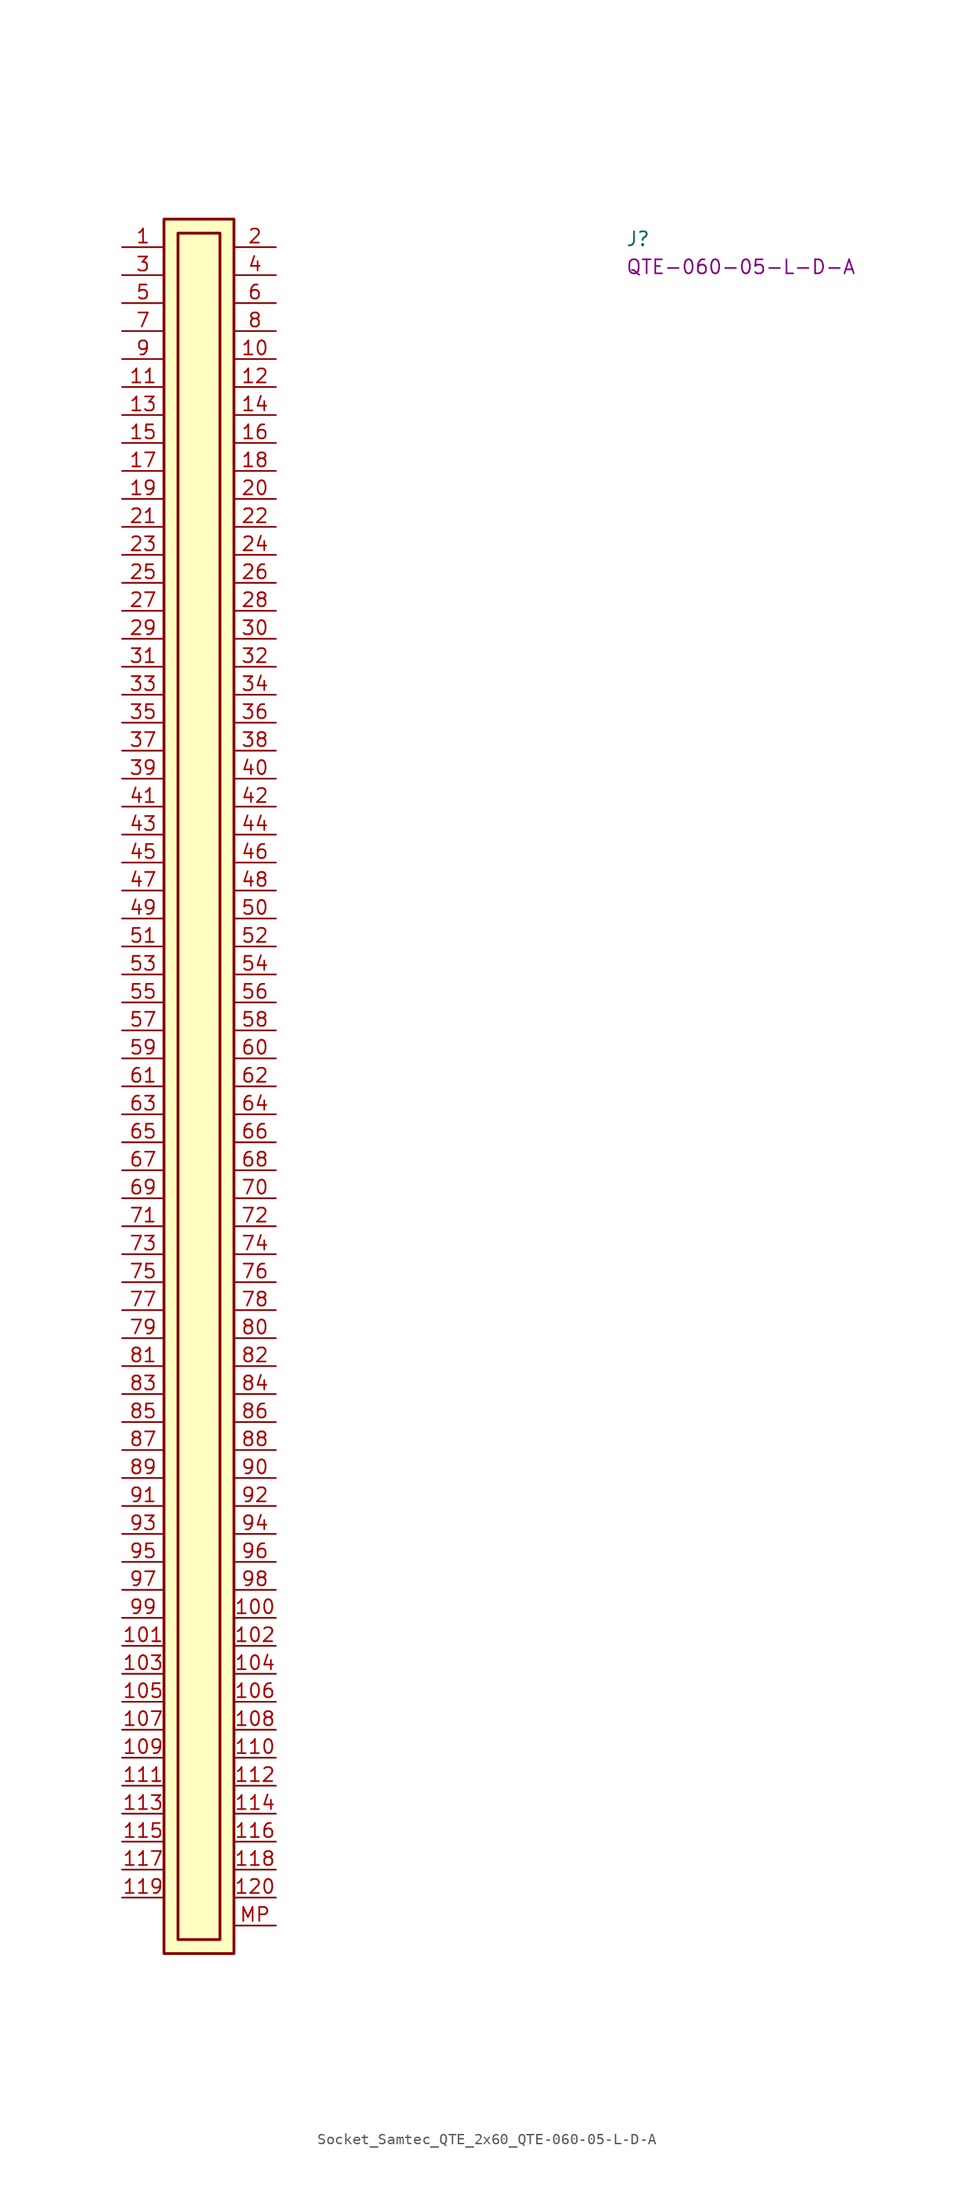
<source format=kicad_sym>
(kicad_symbol_lib
  (version 20220914)
  (generator kicad_symbol_editor)
  (symbol "Socket_Samtec_QTE_2x60_QTE-060-05-L-D-A"
    (pin_names hide)
    (property "Reference" "J"
      (at 45.72 0 0)
      (effects (font (size 1.27 1.27) (thickness 0.15)) (justify left bottom)))
    (property "MPN" "QTE-060-05-L-D-A"
      (at 45.72 -2.54 0)
      (effects (font (size 1.27 1.27) (thickness 0.15)) (justify left bottom)))
    (symbol "Socket_Samtec_QTE_2x60_QTE-060-05-L-D-A_1_1"
      (rectangle (start 3.81 2.54) (end 10.16 -154.94) (stroke (width 0.254) (type default)) (fill (type background)))
      (rectangle (start 5.08 1.27) (end 8.89 -153.67) (stroke (width 0.254) (type default)) (fill (type background)))
      (pin passive line (at 0 0 0) (length 3.81) (name "~" (effects (font (size 1.27 1.27)))) (number "1" (effects (font (size 1.27 1.27)))))
      (pin passive line (at 13.97 -10.16 180) (length 3.81) (name "~" (effects (font (size 1.27 1.27)))) (number "10" (effects (font (size 1.27 1.27)))))
      (pin passive line (at 13.97 -124.46 180) (length 3.81) (name "~" (effects (font (size 1.27 1.27)))) (number "100" (effects (font (size 1.27 1.27)))))
      (pin passive line (at 0 -127 0) (length 3.81) (name "~" (effects (font (size 1.27 1.27)))) (number "101" (effects (font (size 1.27 1.27)))))
      (pin passive line (at 13.97 -127 180) (length 3.81) (name "~" (effects (font (size 1.27 1.27)))) (number "102" (effects (font (size 1.27 1.27)))))
      (pin passive line (at 0 -129.54 0) (length 3.81) (name "~" (effects (font (size 1.27 1.27)))) (number "103" (effects (font (size 1.27 1.27)))))
      (pin passive line (at 13.97 -129.54 180) (length 3.81) (name "~" (effects (font (size 1.27 1.27)))) (number "104" (effects (font (size 1.27 1.27)))))
      (pin passive line (at 0 -132.08 0) (length 3.81) (name "~" (effects (font (size 1.27 1.27)))) (number "105" (effects (font (size 1.27 1.27)))))
      (pin passive line (at 13.97 -132.08 180) (length 3.81) (name "~" (effects (font (size 1.27 1.27)))) (number "106" (effects (font (size 1.27 1.27)))))
      (pin passive line (at 0 -134.62 0) (length 3.81) (name "~" (effects (font (size 1.27 1.27)))) (number "107" (effects (font (size 1.27 1.27)))))
      (pin passive line (at 13.97 -134.62 180) (length 3.81) (name "~" (effects (font (size 1.27 1.27)))) (number "108" (effects (font (size 1.27 1.27)))))
      (pin passive line (at 0 -137.16 0) (length 3.81) (name "~" (effects (font (size 1.27 1.27)))) (number "109" (effects (font (size 1.27 1.27)))))
      (pin passive line (at 0 -12.7 0) (length 3.81) (name "~" (effects (font (size 1.27 1.27)))) (number "11" (effects (font (size 1.27 1.27)))))
      (pin passive line (at 13.97 -137.16 180) (length 3.81) (name "~" (effects (font (size 1.27 1.27)))) (number "110" (effects (font (size 1.27 1.27)))))
      (pin passive line (at 0 -139.7 0) (length 3.81) (name "~" (effects (font (size 1.27 1.27)))) (number "111" (effects (font (size 1.27 1.27)))))
      (pin passive line (at 13.97 -139.7 180) (length 3.81) (name "~" (effects (font (size 1.27 1.27)))) (number "112" (effects (font (size 1.27 1.27)))))
      (pin passive line (at 0 -142.24 0) (length 3.81) (name "~" (effects (font (size 1.27 1.27)))) (number "113" (effects (font (size 1.27 1.27)))))
      (pin passive line (at 13.97 -142.24 180) (length 3.81) (name "~" (effects (font (size 1.27 1.27)))) (number "114" (effects (font (size 1.27 1.27)))))
      (pin passive line (at 0 -144.78 0) (length 3.81) (name "~" (effects (font (size 1.27 1.27)))) (number "115" (effects (font (size 1.27 1.27)))))
      (pin passive line (at 13.97 -144.78 180) (length 3.81) (name "~" (effects (font (size 1.27 1.27)))) (number "116" (effects (font (size 1.27 1.27)))))
      (pin passive line (at 0 -147.32 0) (length 3.81) (name "~" (effects (font (size 1.27 1.27)))) (number "117" (effects (font (size 1.27 1.27)))))
      (pin passive line (at 13.97 -147.32 180) (length 3.81) (name "~" (effects (font (size 1.27 1.27)))) (number "118" (effects (font (size 1.27 1.27)))))
      (pin passive line (at 0 -149.86 0) (length 3.81) (name "~" (effects (font (size 1.27 1.27)))) (number "119" (effects (font (size 1.27 1.27)))))
      (pin passive line (at 13.97 -12.7 180) (length 3.81) (name "~" (effects (font (size 1.27 1.27)))) (number "12" (effects (font (size 1.27 1.27)))))
      (pin passive line (at 13.97 -149.86 180) (length 3.81) (name "~" (effects (font (size 1.27 1.27)))) (number "120" (effects (font (size 1.27 1.27)))))
      (pin passive line (at 0 -15.24 0) (length 3.81) (name "~" (effects (font (size 1.27 1.27)))) (number "13" (effects (font (size 1.27 1.27)))))
      (pin passive line (at 13.97 -15.24 180) (length 3.81) (name "~" (effects (font (size 1.27 1.27)))) (number "14" (effects (font (size 1.27 1.27)))))
      (pin passive line (at 0 -17.78 0) (length 3.81) (name "~" (effects (font (size 1.27 1.27)))) (number "15" (effects (font (size 1.27 1.27)))))
      (pin passive line (at 13.97 -17.78 180) (length 3.81) (name "~" (effects (font (size 1.27 1.27)))) (number "16" (effects (font (size 1.27 1.27)))))
      (pin passive line (at 0 -20.32 0) (length 3.81) (name "~" (effects (font (size 1.27 1.27)))) (number "17" (effects (font (size 1.27 1.27)))))
      (pin passive line (at 13.97 -20.32 180) (length 3.81) (name "~" (effects (font (size 1.27 1.27)))) (number "18" (effects (font (size 1.27 1.27)))))
      (pin passive line (at 0 -22.86 0) (length 3.81) (name "~" (effects (font (size 1.27 1.27)))) (number "19" (effects (font (size 1.27 1.27)))))
      (pin passive line (at 13.97 0 180) (length 3.81) (name "~" (effects (font (size 1.27 1.27)))) (number "2" (effects (font (size 1.27 1.27)))))
      (pin passive line (at 13.97 -22.86 180) (length 3.81) (name "~" (effects (font (size 1.27 1.27)))) (number "20" (effects (font (size 1.27 1.27)))))
      (pin passive line (at 0 -25.4 0) (length 3.81) (name "~" (effects (font (size 1.27 1.27)))) (number "21" (effects (font (size 1.27 1.27)))))
      (pin passive line (at 13.97 -25.4 180) (length 3.81) (name "~" (effects (font (size 1.27 1.27)))) (number "22" (effects (font (size 1.27 1.27)))))
      (pin passive line (at 0 -27.94 0) (length 3.81) (name "~" (effects (font (size 1.27 1.27)))) (number "23" (effects (font (size 1.27 1.27)))))
      (pin passive line (at 13.97 -27.94 180) (length 3.81) (name "~" (effects (font (size 1.27 1.27)))) (number "24" (effects (font (size 1.27 1.27)))))
      (pin passive line (at 0 -30.48 0) (length 3.81) (name "~" (effects (font (size 1.27 1.27)))) (number "25" (effects (font (size 1.27 1.27)))))
      (pin passive line (at 13.97 -30.48 180) (length 3.81) (name "~" (effects (font (size 1.27 1.27)))) (number "26" (effects (font (size 1.27 1.27)))))
      (pin passive line (at 0 -33.02 0) (length 3.81) (name "~" (effects (font (size 1.27 1.27)))) (number "27" (effects (font (size 1.27 1.27)))))
      (pin passive line (at 13.97 -33.02 180) (length 3.81) (name "~" (effects (font (size 1.27 1.27)))) (number "28" (effects (font (size 1.27 1.27)))))
      (pin passive line (at 0 -35.56 0) (length 3.81) (name "~" (effects (font (size 1.27 1.27)))) (number "29" (effects (font (size 1.27 1.27)))))
      (pin passive line (at 0 -2.54 0) (length 3.81) (name "~" (effects (font (size 1.27 1.27)))) (number "3" (effects (font (size 1.27 1.27)))))
      (pin passive line (at 13.97 -35.56 180) (length 3.81) (name "~" (effects (font (size 1.27 1.27)))) (number "30" (effects (font (size 1.27 1.27)))))
      (pin passive line (at 0 -38.1 0) (length 3.81) (name "~" (effects (font (size 1.27 1.27)))) (number "31" (effects (font (size 1.27 1.27)))))
      (pin passive line (at 13.97 -38.1 180) (length 3.81) (name "~" (effects (font (size 1.27 1.27)))) (number "32" (effects (font (size 1.27 1.27)))))
      (pin passive line (at 0 -40.64 0) (length 3.81) (name "~" (effects (font (size 1.27 1.27)))) (number "33" (effects (font (size 1.27 1.27)))))
      (pin passive line (at 13.97 -40.64 180) (length 3.81) (name "~" (effects (font (size 1.27 1.27)))) (number "34" (effects (font (size 1.27 1.27)))))
      (pin passive line (at 0 -43.18 0) (length 3.81) (name "~" (effects (font (size 1.27 1.27)))) (number "35" (effects (font (size 1.27 1.27)))))
      (pin passive line (at 13.97 -43.18 180) (length 3.81) (name "~" (effects (font (size 1.27 1.27)))) (number "36" (effects (font (size 1.27 1.27)))))
      (pin passive line (at 0 -45.72 0) (length 3.81) (name "~" (effects (font (size 1.27 1.27)))) (number "37" (effects (font (size 1.27 1.27)))))
      (pin passive line (at 13.97 -45.72 180) (length 3.81) (name "~" (effects (font (size 1.27 1.27)))) (number "38" (effects (font (size 1.27 1.27)))))
      (pin passive line (at 0 -48.26 0) (length 3.81) (name "~" (effects (font (size 1.27 1.27)))) (number "39" (effects (font (size 1.27 1.27)))))
      (pin passive line (at 13.97 -2.54 180) (length 3.81) (name "~" (effects (font (size 1.27 1.27)))) (number "4" (effects (font (size 1.27 1.27)))))
      (pin passive line (at 13.97 -48.26 180) (length 3.81) (name "~" (effects (font (size 1.27 1.27)))) (number "40" (effects (font (size 1.27 1.27)))))
      (pin passive line (at 0 -50.8 0) (length 3.81) (name "~" (effects (font (size 1.27 1.27)))) (number "41" (effects (font (size 1.27 1.27)))))
      (pin passive line (at 13.97 -50.8 180) (length 3.81) (name "~" (effects (font (size 1.27 1.27)))) (number "42" (effects (font (size 1.27 1.27)))))
      (pin passive line (at 0 -53.34 0) (length 3.81) (name "~" (effects (font (size 1.27 1.27)))) (number "43" (effects (font (size 1.27 1.27)))))
      (pin passive line (at 13.97 -53.34 180) (length 3.81) (name "~" (effects (font (size 1.27 1.27)))) (number "44" (effects (font (size 1.27 1.27)))))
      (pin passive line (at 0 -55.88 0) (length 3.81) (name "~" (effects (font (size 1.27 1.27)))) (number "45" (effects (font (size 1.27 1.27)))))
      (pin passive line (at 13.97 -55.88 180) (length 3.81) (name "~" (effects (font (size 1.27 1.27)))) (number "46" (effects (font (size 1.27 1.27)))))
      (pin passive line (at 0 -58.42 0) (length 3.81) (name "~" (effects (font (size 1.27 1.27)))) (number "47" (effects (font (size 1.27 1.27)))))
      (pin passive line (at 13.97 -58.42 180) (length 3.81) (name "~" (effects (font (size 1.27 1.27)))) (number "48" (effects (font (size 1.27 1.27)))))
      (pin passive line (at 0 -60.96 0) (length 3.81) (name "~" (effects (font (size 1.27 1.27)))) (number "49" (effects (font (size 1.27 1.27)))))
      (pin passive line (at 0 -5.08 0) (length 3.81) (name "~" (effects (font (size 1.27 1.27)))) (number "5" (effects (font (size 1.27 1.27)))))
      (pin passive line (at 13.97 -60.96 180) (length 3.81) (name "~" (effects (font (size 1.27 1.27)))) (number "50" (effects (font (size 1.27 1.27)))))
      (pin passive line (at 0 -63.5 0) (length 3.81) (name "~" (effects (font (size 1.27 1.27)))) (number "51" (effects (font (size 1.27 1.27)))))
      (pin passive line (at 13.97 -63.5 180) (length 3.81) (name "~" (effects (font (size 1.27 1.27)))) (number "52" (effects (font (size 1.27 1.27)))))
      (pin passive line (at 0 -66.04 0) (length 3.81) (name "~" (effects (font (size 1.27 1.27)))) (number "53" (effects (font (size 1.27 1.27)))))
      (pin passive line (at 13.97 -66.04 180) (length 3.81) (name "~" (effects (font (size 1.27 1.27)))) (number "54" (effects (font (size 1.27 1.27)))))
      (pin passive line (at 0 -68.58 0) (length 3.81) (name "~" (effects (font (size 1.27 1.27)))) (number "55" (effects (font (size 1.27 1.27)))))
      (pin passive line (at 13.97 -68.58 180) (length 3.81) (name "~" (effects (font (size 1.27 1.27)))) (number "56" (effects (font (size 1.27 1.27)))))
      (pin passive line (at 0 -71.12 0) (length 3.81) (name "~" (effects (font (size 1.27 1.27)))) (number "57" (effects (font (size 1.27 1.27)))))
      (pin passive line (at 13.97 -71.12 180) (length 3.81) (name "~" (effects (font (size 1.27 1.27)))) (number "58" (effects (font (size 1.27 1.27)))))
      (pin passive line (at 0 -73.66 0) (length 3.81) (name "~" (effects (font (size 1.27 1.27)))) (number "59" (effects (font (size 1.27 1.27)))))
      (pin passive line (at 13.97 -5.08 180) (length 3.81) (name "~" (effects (font (size 1.27 1.27)))) (number "6" (effects (font (size 1.27 1.27)))))
      (pin passive line (at 13.97 -73.66 180) (length 3.81) (name "~" (effects (font (size 1.27 1.27)))) (number "60" (effects (font (size 1.27 1.27)))))
      (pin passive line (at 0 -76.2 0) (length 3.81) (name "~" (effects (font (size 1.27 1.27)))) (number "61" (effects (font (size 1.27 1.27)))))
      (pin passive line (at 13.97 -76.2 180) (length 3.81) (name "~" (effects (font (size 1.27 1.27)))) (number "62" (effects (font (size 1.27 1.27)))))
      (pin passive line (at 0 -78.74 0) (length 3.81) (name "~" (effects (font (size 1.27 1.27)))) (number "63" (effects (font (size 1.27 1.27)))))
      (pin passive line (at 13.97 -78.74 180) (length 3.81) (name "~" (effects (font (size 1.27 1.27)))) (number "64" (effects (font (size 1.27 1.27)))))
      (pin passive line (at 0 -81.28 0) (length 3.81) (name "~" (effects (font (size 1.27 1.27)))) (number "65" (effects (font (size 1.27 1.27)))))
      (pin passive line (at 13.97 -81.28 180) (length 3.81) (name "~" (effects (font (size 1.27 1.27)))) (number "66" (effects (font (size 1.27 1.27)))))
      (pin passive line (at 0 -83.82 0) (length 3.81) (name "~" (effects (font (size 1.27 1.27)))) (number "67" (effects (font (size 1.27 1.27)))))
      (pin passive line (at 13.97 -83.82 180) (length 3.81) (name "~" (effects (font (size 1.27 1.27)))) (number "68" (effects (font (size 1.27 1.27)))))
      (pin passive line (at 0 -86.36 0) (length 3.81) (name "~" (effects (font (size 1.27 1.27)))) (number "69" (effects (font (size 1.27 1.27)))))
      (pin passive line (at 0 -7.62 0) (length 3.81) (name "~" (effects (font (size 1.27 1.27)))) (number "7" (effects (font (size 1.27 1.27)))))
      (pin passive line (at 13.97 -86.36 180) (length 3.81) (name "~" (effects (font (size 1.27 1.27)))) (number "70" (effects (font (size 1.27 1.27)))))
      (pin passive line (at 0 -88.9 0) (length 3.81) (name "~" (effects (font (size 1.27 1.27)))) (number "71" (effects (font (size 1.27 1.27)))))
      (pin passive line (at 13.97 -88.9 180) (length 3.81) (name "~" (effects (font (size 1.27 1.27)))) (number "72" (effects (font (size 1.27 1.27)))))
      (pin passive line (at 0 -91.44 0) (length 3.81) (name "~" (effects (font (size 1.27 1.27)))) (number "73" (effects (font (size 1.27 1.27)))))
      (pin passive line (at 13.97 -91.44 180) (length 3.81) (name "~" (effects (font (size 1.27 1.27)))) (number "74" (effects (font (size 1.27 1.27)))))
      (pin passive line (at 0 -93.98 0) (length 3.81) (name "~" (effects (font (size 1.27 1.27)))) (number "75" (effects (font (size 1.27 1.27)))))
      (pin passive line (at 13.97 -93.98 180) (length 3.81) (name "~" (effects (font (size 1.27 1.27)))) (number "76" (effects (font (size 1.27 1.27)))))
      (pin passive line (at 0 -96.52 0) (length 3.81) (name "~" (effects (font (size 1.27 1.27)))) (number "77" (effects (font (size 1.27 1.27)))))
      (pin passive line (at 13.97 -96.52 180) (length 3.81) (name "~" (effects (font (size 1.27 1.27)))) (number "78" (effects (font (size 1.27 1.27)))))
      (pin passive line (at 0 -99.06 0) (length 3.81) (name "~" (effects (font (size 1.27 1.27)))) (number "79" (effects (font (size 1.27 1.27)))))
      (pin passive line (at 13.97 -7.62 180) (length 3.81) (name "~" (effects (font (size 1.27 1.27)))) (number "8" (effects (font (size 1.27 1.27)))))
      (pin passive line (at 13.97 -99.06 180) (length 3.81) (name "~" (effects (font (size 1.27 1.27)))) (number "80" (effects (font (size 1.27 1.27)))))
      (pin passive line (at 0 -101.6 0) (length 3.81) (name "~" (effects (font (size 1.27 1.27)))) (number "81" (effects (font (size 1.27 1.27)))))
      (pin passive line (at 13.97 -101.6 180) (length 3.81) (name "~" (effects (font (size 1.27 1.27)))) (number "82" (effects (font (size 1.27 1.27)))))
      (pin passive line (at 0 -104.14 0) (length 3.81) (name "~" (effects (font (size 1.27 1.27)))) (number "83" (effects (font (size 1.27 1.27)))))
      (pin passive line (at 13.97 -104.14 180) (length 3.81) (name "~" (effects (font (size 1.27 1.27)))) (number "84" (effects (font (size 1.27 1.27)))))
      (pin passive line (at 0 -106.68 0) (length 3.81) (name "~" (effects (font (size 1.27 1.27)))) (number "85" (effects (font (size 1.27 1.27)))))
      (pin passive line (at 13.97 -106.68 180) (length 3.81) (name "~" (effects (font (size 1.27 1.27)))) (number "86" (effects (font (size 1.27 1.27)))))
      (pin passive line (at 0 -109.22 0) (length 3.81) (name "~" (effects (font (size 1.27 1.27)))) (number "87" (effects (font (size 1.27 1.27)))))
      (pin passive line (at 13.97 -109.22 180) (length 3.81) (name "~" (effects (font (size 1.27 1.27)))) (number "88" (effects (font (size 1.27 1.27)))))
      (pin passive line (at 0 -111.76 0) (length 3.81) (name "~" (effects (font (size 1.27 1.27)))) (number "89" (effects (font (size 1.27 1.27)))))
      (pin passive line (at 0 -10.16 0) (length 3.81) (name "~" (effects (font (size 1.27 1.27)))) (number "9" (effects (font (size 1.27 1.27)))))
      (pin passive line (at 13.97 -111.76 180) (length 3.81) (name "~" (effects (font (size 1.27 1.27)))) (number "90" (effects (font (size 1.27 1.27)))))
      (pin passive line (at 0 -114.3 0) (length 3.81) (name "~" (effects (font (size 1.27 1.27)))) (number "91" (effects (font (size 1.27 1.27)))))
      (pin passive line (at 13.97 -114.3 180) (length 3.81) (name "~" (effects (font (size 1.27 1.27)))) (number "92" (effects (font (size 1.27 1.27)))))
      (pin passive line (at 0 -116.84 0) (length 3.81) (name "~" (effects (font (size 1.27 1.27)))) (number "93" (effects (font (size 1.27 1.27)))))
      (pin passive line (at 13.97 -116.84 180) (length 3.81) (name "~" (effects (font (size 1.27 1.27)))) (number "94" (effects (font (size 1.27 1.27)))))
      (pin passive line (at 0 -119.38 0) (length 3.81) (name "~" (effects (font (size 1.27 1.27)))) (number "95" (effects (font (size 1.27 1.27)))))
      (pin passive line (at 13.97 -119.38 180) (length 3.81) (name "~" (effects (font (size 1.27 1.27)))) (number "96" (effects (font (size 1.27 1.27)))))
      (pin passive line (at 0 -121.92 0) (length 3.81) (name "~" (effects (font (size 1.27 1.27)))) (number "97" (effects (font (size 1.27 1.27)))))
      (pin passive line (at 13.97 -121.92 180) (length 3.81) (name "~" (effects (font (size 1.27 1.27)))) (number "98" (effects (font (size 1.27 1.27)))))
      (pin passive line (at 0 -124.46 0) (length 3.81) (name "~" (effects (font (size 1.27 1.27)))) (number "99" (effects (font (size 1.27 1.27)))))
      (pin passive line (at 13.97 -152.4 180) (length 3.81) (name "MP" (effects (font (size 1.27 1.27)))) (number "MP" (effects (font (size 1.27 1.27))))))))
</source>
